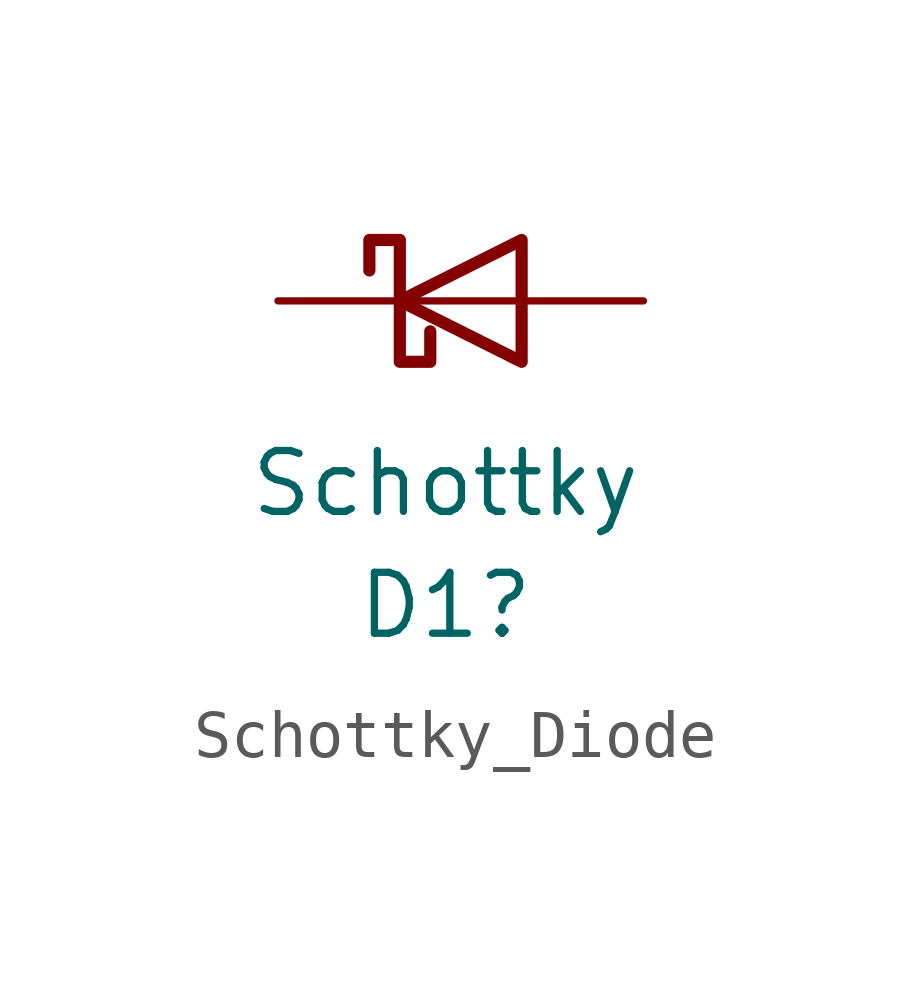
<source format=kicad_sym>
(kicad_symbol_lib
  (version 20241209)
  (generator "kicad_symbol_editor")
  (generator_version "9.0")
  (symbol "Schottky_Diode"
    (pin_numbers
      (hide yes))
    (pin_names
      (offset 1.016)
      (hide yes))
    (property "Reference" "D1"
      (at -0.318 -6.35 0)
      (effects (font (size 1.27 1.27))))
    (property "Value" "Schottky"
      (at -0.318 -3.81 0)
      (effects (font (size 1.27 1.27))))
    (symbol "Schottky_Diode_0_1"
      (polyline (pts (xy -1.905 0.635) (xy -1.905 1.27) (xy -1.27 1.27) (xy -1.27 -1.27) (xy -0.635 -1.27) (xy -0.635 -0.635)) (stroke (width 0.254) (type default)) (fill (type none)))
      (polyline (pts (xy 1.27 1.27) (xy 1.27 -1.27) (xy -1.27 0) (xy 1.27 1.27)) (stroke (width 0.254) (type default)) (fill (type none)))
      (polyline (pts (xy 1.27 0) (xy -1.27 0)) (stroke (width 0) (type default)) (fill (type none))))
    (symbol "Schottky_Diode_1_1"
      (pin passive line (at -3.81 0 0) (length 2.54) (name "K" (effects (font (size 1.27 1.27)))) (number "1" (effects (font (size 1.27 1.27)))))
      (pin passive line (at 3.81 0 180) (length 2.54) (name "A" (effects (font (size 1.27 1.27)))) (number "2" (effects (font (size 1.27 1.27))))))))
</source>
